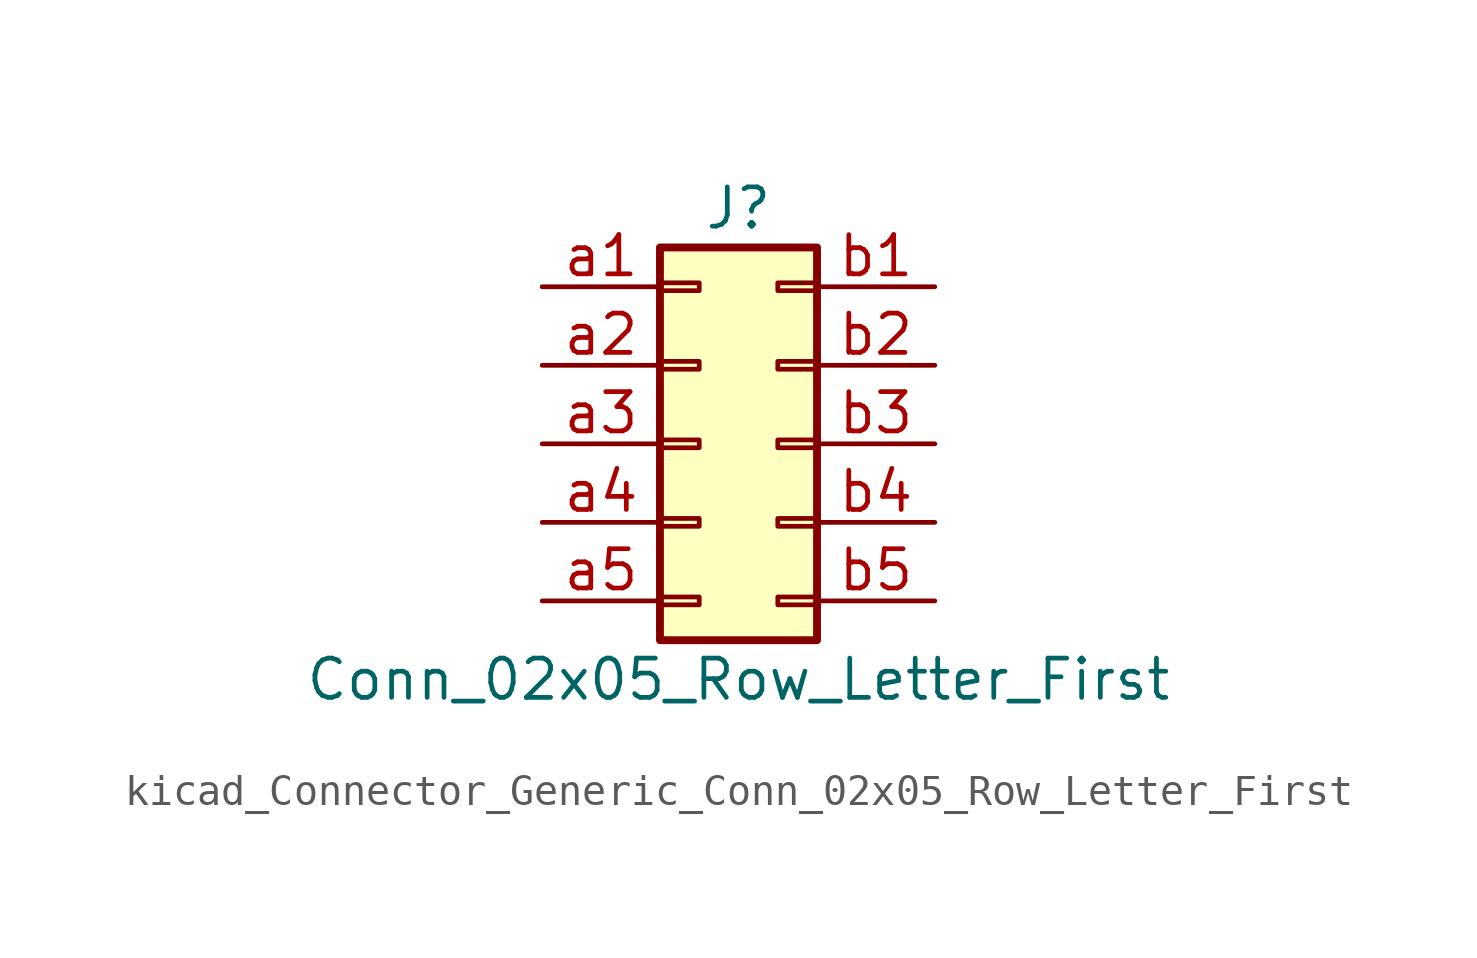
<source format=kicad_sym>
(kicad_symbol_lib
  (version 20220914)
  (generator kicad_symbol_editor)
  (symbol "kicad_Connector_Generic_Conn_02x05_Row_Letter_First"
    (pin_names
      (offset 1.016) hide)
    (property "Reference" "J"
      (at 1.27 7.62 0)
      (effects (font (size 1.27 1.27))))
    (property "Value" "Conn_02x05_Row_Letter_First"
      (at 1.27 -7.62 0)
      (effects (font (size 1.27 1.27))))
    (symbol "kicad_Connector_Generic_Conn_02x05_Row_Letter_First_1_1"
      (rectangle (start -1.27 -4.953) (end 0 -5.207) (stroke (width 0.152) (type default)) (fill (type none)))
      (rectangle (start -1.27 -2.413) (end 0 -2.667) (stroke (width 0.152) (type default)) (fill (type none)))
      (rectangle (start -1.27 0.127) (end 0 -0.127) (stroke (width 0.152) (type default)) (fill (type none)))
      (rectangle (start -1.27 2.667) (end 0 2.413) (stroke (width 0.152) (type default)) (fill (type none)))
      (rectangle (start -1.27 5.207) (end 0 4.953) (stroke (width 0.152) (type default)) (fill (type none)))
      (rectangle (start -1.27 6.35) (end 3.81 -6.35) (stroke (width 0.254) (type default)) (fill (type background)))
      (rectangle (start 3.81 -4.953) (end 2.54 -5.207) (stroke (width 0.152) (type default)) (fill (type none)))
      (rectangle (start 3.81 -2.413) (end 2.54 -2.667) (stroke (width 0.152) (type default)) (fill (type none)))
      (rectangle (start 3.81 0.127) (end 2.54 -0.127) (stroke (width 0.152) (type default)) (fill (type none)))
      (rectangle (start 3.81 2.667) (end 2.54 2.413) (stroke (width 0.152) (type default)) (fill (type none)))
      (rectangle (start 3.81 5.207) (end 2.54 4.953) (stroke (width 0.152) (type default)) (fill (type none)))
      (pin passive line (at -5.08 5.08 0) (length 3.81) (name "Pin_a1" (effects (font (size 1.27 1.27)))) (number "a1" (effects (font (size 1.27 1.27)))))
      (pin passive line (at -5.08 2.54 0) (length 3.81) (name "Pin_a2" (effects (font (size 1.27 1.27)))) (number "a2" (effects (font (size 1.27 1.27)))))
      (pin passive line (at -5.08 0 0) (length 3.81) (name "Pin_a3" (effects (font (size 1.27 1.27)))) (number "a3" (effects (font (size 1.27 1.27)))))
      (pin passive line (at -5.08 -2.54 0) (length 3.81) (name "Pin_a4" (effects (font (size 1.27 1.27)))) (number "a4" (effects (font (size 1.27 1.27)))))
      (pin passive line (at -5.08 -5.08 0) (length 3.81) (name "Pin_a5" (effects (font (size 1.27 1.27)))) (number "a5" (effects (font (size 1.27 1.27)))))
      (pin passive line (at 7.62 5.08 180) (length 3.81) (name "Pin_b1" (effects (font (size 1.27 1.27)))) (number "b1" (effects (font (size 1.27 1.27)))))
      (pin passive line (at 7.62 2.54 180) (length 3.81) (name "Pin_b2" (effects (font (size 1.27 1.27)))) (number "b2" (effects (font (size 1.27 1.27)))))
      (pin passive line (at 7.62 0 180) (length 3.81) (name "Pin_b3" (effects (font (size 1.27 1.27)))) (number "b3" (effects (font (size 1.27 1.27)))))
      (pin passive line (at 7.62 -2.54 180) (length 3.81) (name "Pin_b4" (effects (font (size 1.27 1.27)))) (number "b4" (effects (font (size 1.27 1.27)))))
      (pin passive line (at 7.62 -5.08 180) (length 3.81) (name "Pin_b5" (effects (font (size 1.27 1.27)))) (number "b5" (effects (font (size 1.27 1.27))))))))
</source>
